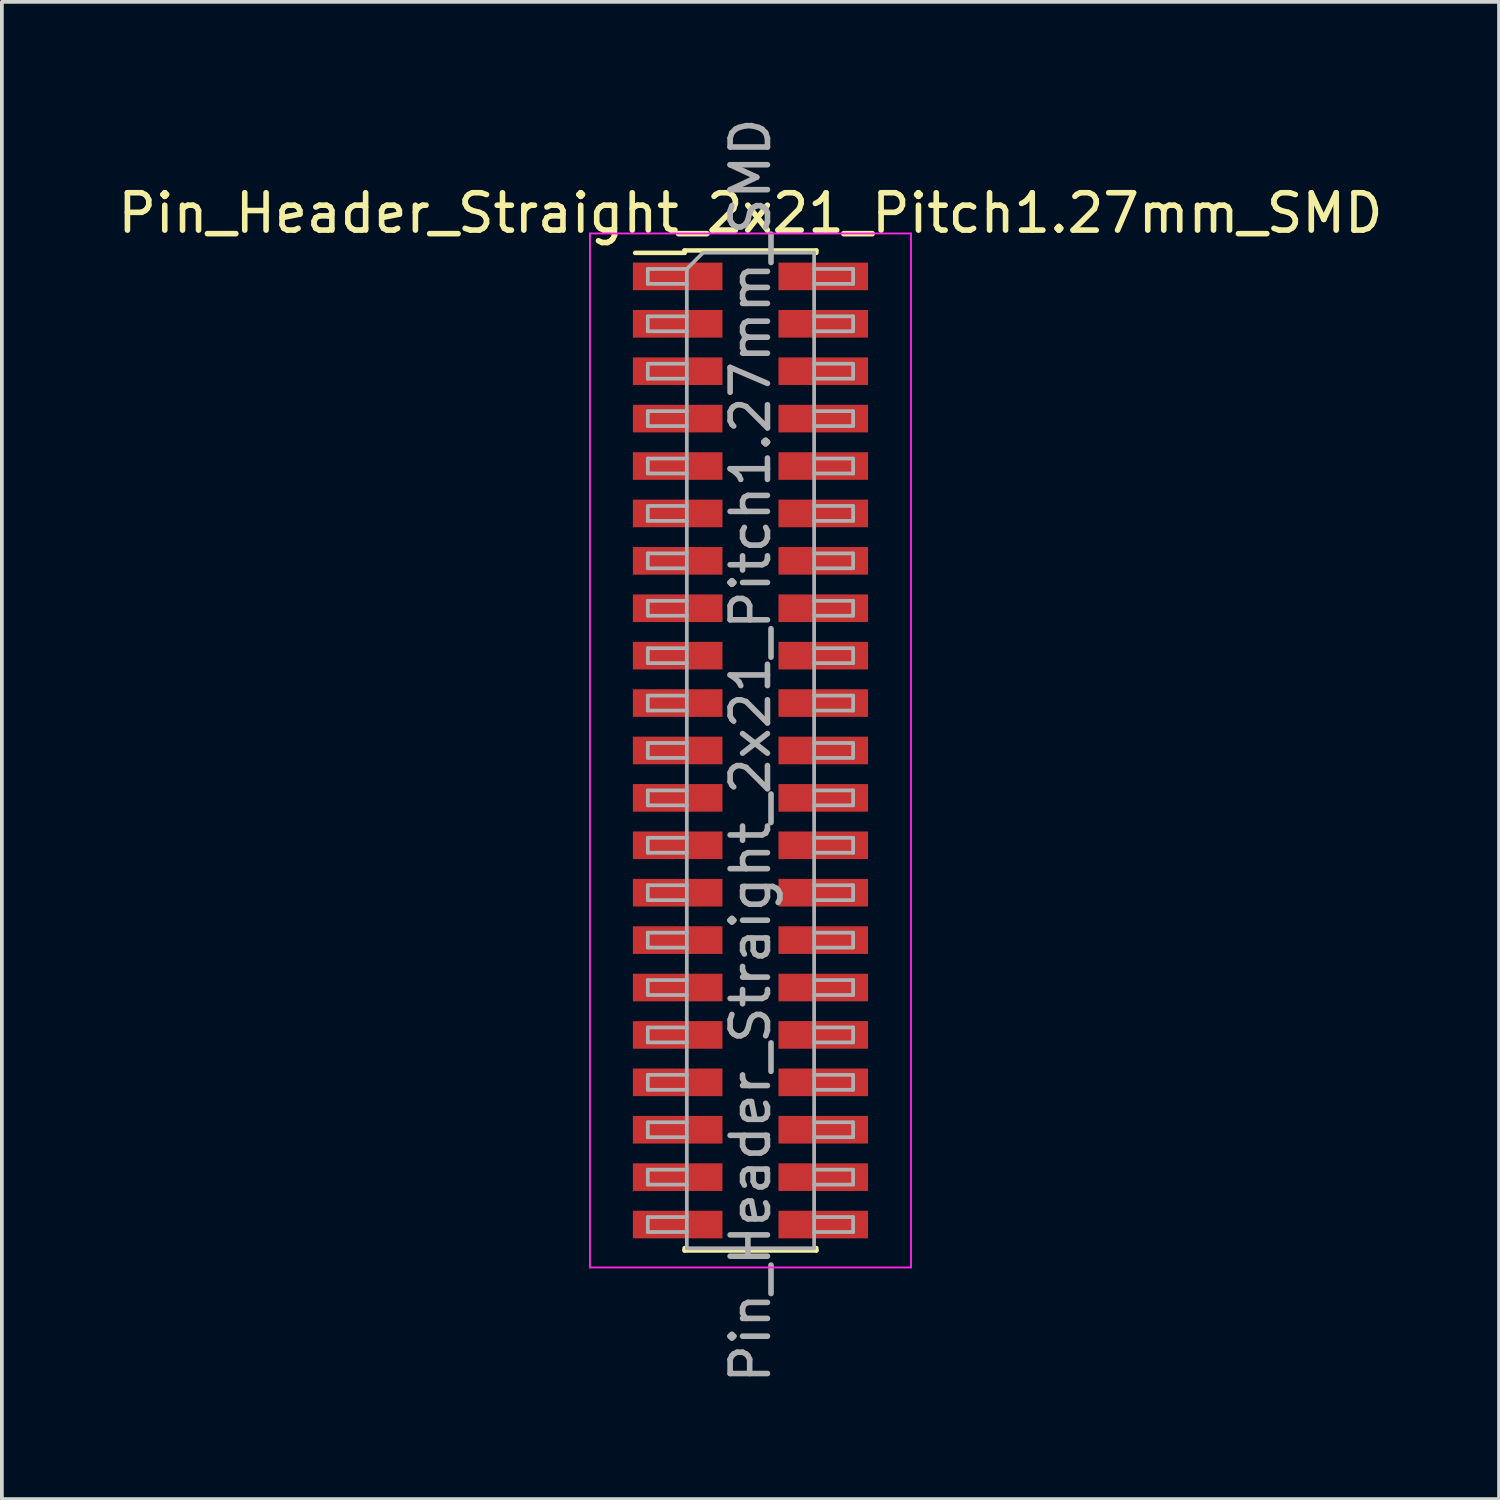
<source format=kicad_pcb>
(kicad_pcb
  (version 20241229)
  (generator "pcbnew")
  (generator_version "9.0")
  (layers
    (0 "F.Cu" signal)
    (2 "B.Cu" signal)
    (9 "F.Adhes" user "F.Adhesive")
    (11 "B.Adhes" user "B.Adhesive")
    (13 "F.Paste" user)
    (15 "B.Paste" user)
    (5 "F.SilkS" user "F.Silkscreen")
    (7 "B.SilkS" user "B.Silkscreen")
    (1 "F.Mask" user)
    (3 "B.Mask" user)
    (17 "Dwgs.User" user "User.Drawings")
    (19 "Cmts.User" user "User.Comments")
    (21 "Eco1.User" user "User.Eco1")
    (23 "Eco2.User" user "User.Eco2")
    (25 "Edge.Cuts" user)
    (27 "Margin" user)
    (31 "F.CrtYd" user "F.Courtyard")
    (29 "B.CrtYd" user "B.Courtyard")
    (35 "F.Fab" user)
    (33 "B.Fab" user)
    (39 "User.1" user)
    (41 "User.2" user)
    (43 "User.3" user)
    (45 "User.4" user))
  (footprint "Pin_Header_Straight_2x21_Pitch1.27mm_SMD"
    (layer "F.Cu")
    (at 17.054 17.054)
    (property "Reference" "Pin_Header_Straight_2x21_Pitch1.27mm_SMD" (at 0 -14.395 0) (layer "F.SilkS") (effects (font (size 1 1) (thickness 0.15))))
    (attr smd)
    (fp_line (start -3.09 -13.33) (end -1.765 -13.33) (stroke (width 0.12) (type solid)) (layer "F.SilkS"))
    (fp_line (start -1.765 -13.395) (end -1.765 -13.33) (stroke (width 0.12) (type solid)) (layer "F.SilkS"))
    (fp_line (start -1.765 -13.395) (end 1.765 -13.395) (stroke (width 0.12) (type solid)) (layer "F.SilkS"))
    (fp_line (start -1.765 13.33) (end -1.765 13.395) (stroke (width 0.12) (type solid)) (layer "F.SilkS"))
    (fp_line (start -1.765 13.395) (end 1.765 13.395) (stroke (width 0.12) (type solid)) (layer "F.SilkS"))
    (fp_line (start 1.765 -13.395) (end 1.765 -13.33) (stroke (width 0.12) (type solid)) (layer "F.SilkS"))
    (fp_line (start 1.765 13.33) (end 1.765 13.395) (stroke (width 0.12) (type solid)) (layer "F.SilkS"))
    (fp_line (start -4.3 -13.85) (end -4.3 13.85) (stroke (width 0.05) (type solid)) (layer "F.CrtYd"))
    (fp_line (start -4.3 13.85) (end 4.3 13.85) (stroke (width 0.05) (type solid)) (layer "F.CrtYd"))
    (fp_line (start 4.3 -13.85) (end -4.3 -13.85) (stroke (width 0.05) (type solid)) (layer "F.CrtYd"))
    (fp_line (start 4.3 13.85) (end 4.3 -13.85) (stroke (width 0.05) (type solid)) (layer "F.CrtYd"))
    (fp_line (start -2.75 -12.9) (end -2.75 -12.5) (stroke (width 0.1) (type solid)) (layer "F.Fab"))
    (fp_line (start -2.75 -12.5) (end -1.705 -12.5) (stroke (width 0.1) (type solid)) (layer "F.Fab"))
    (fp_line (start -2.75 -11.63) (end -2.75 -11.23) (stroke (width 0.1) (type solid)) (layer "F.Fab"))
    (fp_line (start -2.75 -11.23) (end -1.705 -11.23) (stroke (width 0.1) (type solid)) (layer "F.Fab"))
    (fp_line (start -2.75 -10.36) (end -2.75 -9.96) (stroke (width 0.1) (type solid)) (layer "F.Fab"))
    (fp_line (start -2.75 -9.96) (end -1.705 -9.96) (stroke (width 0.1) (type solid)) (layer "F.Fab"))
    (fp_line (start -2.75 -9.09) (end -2.75 -8.69) (stroke (width 0.1) (type solid)) (layer "F.Fab"))
    (fp_line (start -2.75 -8.69) (end -1.705 -8.69) (stroke (width 0.1) (type solid)) (layer "F.Fab"))
    (fp_line (start -2.75 -7.82) (end -2.75 -7.42) (stroke (width 0.1) (type solid)) (layer "F.Fab"))
    (fp_line (start -2.75 -7.42) (end -1.705 -7.42) (stroke (width 0.1) (type solid)) (layer "F.Fab"))
    (fp_line (start -2.75 -6.55) (end -2.75 -6.15) (stroke (width 0.1) (type solid)) (layer "F.Fab"))
    (fp_line (start -2.75 -6.15) (end -1.705 -6.15) (stroke (width 0.1) (type solid)) (layer "F.Fab"))
    (fp_line (start -2.75 -5.28) (end -2.75 -4.88) (stroke (width 0.1) (type solid)) (layer "F.Fab"))
    (fp_line (start -2.75 -4.88) (end -1.705 -4.88) (stroke (width 0.1) (type solid)) (layer "F.Fab"))
    (fp_line (start -2.75 -4.01) (end -2.75 -3.61) (stroke (width 0.1) (type solid)) (layer "F.Fab"))
    (fp_line (start -2.75 -3.61) (end -1.705 -3.61) (stroke (width 0.1) (type solid)) (layer "F.Fab"))
    (fp_line (start -2.75 -2.74) (end -2.75 -2.34) (stroke (width 0.1) (type solid)) (layer "F.Fab"))
    (fp_line (start -2.75 -2.34) (end -1.705 -2.34) (stroke (width 0.1) (type solid)) (layer "F.Fab"))
    (fp_line (start -2.75 -1.47) (end -2.75 -1.07) (stroke (width 0.1) (type solid)) (layer "F.Fab"))
    (fp_line (start -2.75 -1.07) (end -1.705 -1.07) (stroke (width 0.1) (type solid)) (layer "F.Fab"))
    (fp_line (start -2.75 -0.2) (end -2.75 0.2) (stroke (width 0.1) (type solid)) (layer "F.Fab"))
    (fp_line (start -2.75 0.2) (end -1.705 0.2) (stroke (width 0.1) (type solid)) (layer "F.Fab"))
    (fp_line (start -2.75 1.07) (end -2.75 1.47) (stroke (width 0.1) (type solid)) (layer "F.Fab"))
    (fp_line (start -2.75 1.47) (end -1.705 1.47) (stroke (width 0.1) (type solid)) (layer "F.Fab"))
    (fp_line (start -2.75 2.34) (end -2.75 2.74) (stroke (width 0.1) (type solid)) (layer "F.Fab"))
    (fp_line (start -2.75 2.74) (end -1.705 2.74) (stroke (width 0.1) (type solid)) (layer "F.Fab"))
    (fp_line (start -2.75 3.61) (end -2.75 4.01) (stroke (width 0.1) (type solid)) (layer "F.Fab"))
    (fp_line (start -2.75 4.01) (end -1.705 4.01) (stroke (width 0.1) (type solid)) (layer "F.Fab"))
    (fp_line (start -2.75 4.88) (end -2.75 5.28) (stroke (width 0.1) (type solid)) (layer "F.Fab"))
    (fp_line (start -2.75 5.28) (end -1.705 5.28) (stroke (width 0.1) (type solid)) (layer "F.Fab"))
    (fp_line (start -2.75 6.15) (end -2.75 6.55) (stroke (width 0.1) (type solid)) (layer "F.Fab"))
    (fp_line (start -2.75 6.55) (end -1.705 6.55) (stroke (width 0.1) (type solid)) (layer "F.Fab"))
    (fp_line (start -2.75 7.42) (end -2.75 7.82) (stroke (width 0.1) (type solid)) (layer "F.Fab"))
    (fp_line (start -2.75 7.82) (end -1.705 7.82) (stroke (width 0.1) (type solid)) (layer "F.Fab"))
    (fp_line (start -2.75 8.69) (end -2.75 9.09) (stroke (width 0.1) (type solid)) (layer "F.Fab"))
    (fp_line (start -2.75 9.09) (end -1.705 9.09) (stroke (width 0.1) (type solid)) (layer "F.Fab"))
    (fp_line (start -2.75 9.96) (end -2.75 10.36) (stroke (width 0.1) (type solid)) (layer "F.Fab"))
    (fp_line (start -2.75 10.36) (end -1.705 10.36) (stroke (width 0.1) (type solid)) (layer "F.Fab"))
    (fp_line (start -2.75 11.23) (end -2.75 11.63) (stroke (width 0.1) (type solid)) (layer "F.Fab"))
    (fp_line (start -2.75 11.63) (end -1.705 11.63) (stroke (width 0.1) (type solid)) (layer "F.Fab"))
    (fp_line (start -2.75 12.5) (end -2.75 12.9) (stroke (width 0.1) (type solid)) (layer "F.Fab"))
    (fp_line (start -2.75 12.9) (end -1.705 12.9) (stroke (width 0.1) (type solid)) (layer "F.Fab"))
    (fp_line (start -1.705 -12.9) (end -2.75 -12.9) (stroke (width 0.1) (type solid)) (layer "F.Fab"))
    (fp_line (start -1.705 -12.9) (end -1.27 -13.335) (stroke (width 0.1) (type solid)) (layer "F.Fab"))
    (fp_line (start -1.705 -11.63) (end -2.75 -11.63) (stroke (width 0.1) (type solid)) (layer "F.Fab"))
    (fp_line (start -1.705 -10.36) (end -2.75 -10.36) (stroke (width 0.1) (type solid)) (layer "F.Fab"))
    (fp_line (start -1.705 -9.09) (end -2.75 -9.09) (stroke (width 0.1) (type solid)) (layer "F.Fab"))
    (fp_line (start -1.705 -7.82) (end -2.75 -7.82) (stroke (width 0.1) (type solid)) (layer "F.Fab"))
    (fp_line (start -1.705 -6.55) (end -2.75 -6.55) (stroke (width 0.1) (type solid)) (layer "F.Fab"))
    (fp_line (start -1.705 -5.28) (end -2.75 -5.28) (stroke (width 0.1) (type solid)) (layer "F.Fab"))
    (fp_line (start -1.705 -4.01) (end -2.75 -4.01) (stroke (width 0.1) (type solid)) (layer "F.Fab"))
    (fp_line (start -1.705 -2.74) (end -2.75 -2.74) (stroke (width 0.1) (type solid)) (layer "F.Fab"))
    (fp_line (start -1.705 -1.47) (end -2.75 -1.47) (stroke (width 0.1) (type solid)) (layer "F.Fab"))
    (fp_line (start -1.705 -0.2) (end -2.75 -0.2) (stroke (width 0.1) (type solid)) (layer "F.Fab"))
    (fp_line (start -1.705 1.07) (end -2.75 1.07) (stroke (width 0.1) (type solid)) (layer "F.Fab"))
    (fp_line (start -1.705 2.34) (end -2.75 2.34) (stroke (width 0.1) (type solid)) (layer "F.Fab"))
    (fp_line (start -1.705 3.61) (end -2.75 3.61) (stroke (width 0.1) (type solid)) (layer "F.Fab"))
    (fp_line (start -1.705 4.88) (end -2.75 4.88) (stroke (width 0.1) (type solid)) (layer "F.Fab"))
    (fp_line (start -1.705 6.15) (end -2.75 6.15) (stroke (width 0.1) (type solid)) (layer "F.Fab"))
    (fp_line (start -1.705 7.42) (end -2.75 7.42) (stroke (width 0.1) (type solid)) (layer "F.Fab"))
    (fp_line (start -1.705 8.69) (end -2.75 8.69) (stroke (width 0.1) (type solid)) (layer "F.Fab"))
    (fp_line (start -1.705 9.96) (end -2.75 9.96) (stroke (width 0.1) (type solid)) (layer "F.Fab"))
    (fp_line (start -1.705 11.23) (end -2.75 11.23) (stroke (width 0.1) (type solid)) (layer "F.Fab"))
    (fp_line (start -1.705 12.5) (end -2.75 12.5) (stroke (width 0.1) (type solid)) (layer "F.Fab"))
    (fp_line (start -1.705 13.335) (end -1.705 -12.9) (stroke (width 0.1) (type solid)) (layer "F.Fab"))
    (fp_line (start -1.27 -13.335) (end 1.705 -13.335) (stroke (width 0.1) (type solid)) (layer "F.Fab"))
    (fp_line (start 1.705 -13.335) (end 1.705 13.335) (stroke (width 0.1) (type solid)) (layer "F.Fab"))
    (fp_line (start 1.705 -12.9) (end 2.75 -12.9) (stroke (width 0.1) (type solid)) (layer "F.Fab"))
    (fp_line (start 1.705 -11.63) (end 2.75 -11.63) (stroke (width 0.1) (type solid)) (layer "F.Fab"))
    (fp_line (start 1.705 -10.36) (end 2.75 -10.36) (stroke (width 0.1) (type solid)) (layer "F.Fab"))
    (fp_line (start 1.705 -9.09) (end 2.75 -9.09) (stroke (width 0.1) (type solid)) (layer "F.Fab"))
    (fp_line (start 1.705 -7.82) (end 2.75 -7.82) (stroke (width 0.1) (type solid)) (layer "F.Fab"))
    (fp_line (start 1.705 -6.55) (end 2.75 -6.55) (stroke (width 0.1) (type solid)) (layer "F.Fab"))
    (fp_line (start 1.705 -5.28) (end 2.75 -5.28) (stroke (width 0.1) (type solid)) (layer "F.Fab"))
    (fp_line (start 1.705 -4.01) (end 2.75 -4.01) (stroke (width 0.1) (type solid)) (layer "F.Fab"))
    (fp_line (start 1.705 -2.74) (end 2.75 -2.74) (stroke (width 0.1) (type solid)) (layer "F.Fab"))
    (fp_line (start 1.705 -1.47) (end 2.75 -1.47) (stroke (width 0.1) (type solid)) (layer "F.Fab"))
    (fp_line (start 1.705 -0.2) (end 2.75 -0.2) (stroke (width 0.1) (type solid)) (layer "F.Fab"))
    (fp_line (start 1.705 1.07) (end 2.75 1.07) (stroke (width 0.1) (type solid)) (layer "F.Fab"))
    (fp_line (start 1.705 2.34) (end 2.75 2.34) (stroke (width 0.1) (type solid)) (layer "F.Fab"))
    (fp_line (start 1.705 3.61) (end 2.75 3.61) (stroke (width 0.1) (type solid)) (layer "F.Fab"))
    (fp_line (start 1.705 4.88) (end 2.75 4.88) (stroke (width 0.1) (type solid)) (layer "F.Fab"))
    (fp_line (start 1.705 6.15) (end 2.75 6.15) (stroke (width 0.1) (type solid)) (layer "F.Fab"))
    (fp_line (start 1.705 7.42) (end 2.75 7.42) (stroke (width 0.1) (type solid)) (layer "F.Fab"))
    (fp_line (start 1.705 8.69) (end 2.75 8.69) (stroke (width 0.1) (type solid)) (layer "F.Fab"))
    (fp_line (start 1.705 9.96) (end 2.75 9.96) (stroke (width 0.1) (type solid)) (layer "F.Fab"))
    (fp_line (start 1.705 11.23) (end 2.75 11.23) (stroke (width 0.1) (type solid)) (layer "F.Fab"))
    (fp_line (start 1.705 12.5) (end 2.75 12.5) (stroke (width 0.1) (type solid)) (layer "F.Fab"))
    (fp_line (start 1.705 13.335) (end -1.705 13.335) (stroke (width 0.1) (type solid)) (layer "F.Fab"))
    (fp_line (start 2.75 -12.9) (end 2.75 -12.5) (stroke (width 0.1) (type solid)) (layer "F.Fab"))
    (fp_line (start 2.75 -12.5) (end 1.705 -12.5) (stroke (width 0.1) (type solid)) (layer "F.Fab"))
    (fp_line (start 2.75 -11.63) (end 2.75 -11.23) (stroke (width 0.1) (type solid)) (layer "F.Fab"))
    (fp_line (start 2.75 -11.23) (end 1.705 -11.23) (stroke (width 0.1) (type solid)) (layer "F.Fab"))
    (fp_line (start 2.75 -10.36) (end 2.75 -9.96) (stroke (width 0.1) (type solid)) (layer "F.Fab"))
    (fp_line (start 2.75 -9.96) (end 1.705 -9.96) (stroke (width 0.1) (type solid)) (layer "F.Fab"))
    (fp_line (start 2.75 -9.09) (end 2.75 -8.69) (stroke (width 0.1) (type solid)) (layer "F.Fab"))
    (fp_line (start 2.75 -8.69) (end 1.705 -8.69) (stroke (width 0.1) (type solid)) (layer "F.Fab"))
    (fp_line (start 2.75 -7.82) (end 2.75 -7.42) (stroke (width 0.1) (type solid)) (layer "F.Fab"))
    (fp_line (start 2.75 -7.42) (end 1.705 -7.42) (stroke (width 0.1) (type solid)) (layer "F.Fab"))
    (fp_line (start 2.75 -6.55) (end 2.75 -6.15) (stroke (width 0.1) (type solid)) (layer "F.Fab"))
    (fp_line (start 2.75 -6.15) (end 1.705 -6.15) (stroke (width 0.1) (type solid)) (layer "F.Fab"))
    (fp_line (start 2.75 -5.28) (end 2.75 -4.88) (stroke (width 0.1) (type solid)) (layer "F.Fab"))
    (fp_line (start 2.75 -4.88) (end 1.705 -4.88) (stroke (width 0.1) (type solid)) (layer "F.Fab"))
    (fp_line (start 2.75 -4.01) (end 2.75 -3.61) (stroke (width 0.1) (type solid)) (layer "F.Fab"))
    (fp_line (start 2.75 -3.61) (end 1.705 -3.61) (stroke (width 0.1) (type solid)) (layer "F.Fab"))
    (fp_line (start 2.75 -2.74) (end 2.75 -2.34) (stroke (width 0.1) (type solid)) (layer "F.Fab"))
    (fp_line (start 2.75 -2.34) (end 1.705 -2.34) (stroke (width 0.1) (type solid)) (layer "F.Fab"))
    (fp_line (start 2.75 -1.47) (end 2.75 -1.07) (stroke (width 0.1) (type solid)) (layer "F.Fab"))
    (fp_line (start 2.75 -1.07) (end 1.705 -1.07) (stroke (width 0.1) (type solid)) (layer "F.Fab"))
    (fp_line (start 2.75 -0.2) (end 2.75 0.2) (stroke (width 0.1) (type solid)) (layer "F.Fab"))
    (fp_line (start 2.75 0.2) (end 1.705 0.2) (stroke (width 0.1) (type solid)) (layer "F.Fab"))
    (fp_line (start 2.75 1.07) (end 2.75 1.47) (stroke (width 0.1) (type solid)) (layer "F.Fab"))
    (fp_line (start 2.75 1.47) (end 1.705 1.47) (stroke (width 0.1) (type solid)) (layer "F.Fab"))
    (fp_line (start 2.75 2.34) (end 2.75 2.74) (stroke (width 0.1) (type solid)) (layer "F.Fab"))
    (fp_line (start 2.75 2.74) (end 1.705 2.74) (stroke (width 0.1) (type solid)) (layer "F.Fab"))
    (fp_line (start 2.75 3.61) (end 2.75 4.01) (stroke (width 0.1) (type solid)) (layer "F.Fab"))
    (fp_line (start 2.75 4.01) (end 1.705 4.01) (stroke (width 0.1) (type solid)) (layer "F.Fab"))
    (fp_line (start 2.75 4.88) (end 2.75 5.28) (stroke (width 0.1) (type solid)) (layer "F.Fab"))
    (fp_line (start 2.75 5.28) (end 1.705 5.28) (stroke (width 0.1) (type solid)) (layer "F.Fab"))
    (fp_line (start 2.75 6.15) (end 2.75 6.55) (stroke (width 0.1) (type solid)) (layer "F.Fab"))
    (fp_line (start 2.75 6.55) (end 1.705 6.55) (stroke (width 0.1) (type solid)) (layer "F.Fab"))
    (fp_line (start 2.75 7.42) (end 2.75 7.82) (stroke (width 0.1) (type solid)) (layer "F.Fab"))
    (fp_line (start 2.75 7.82) (end 1.705 7.82) (stroke (width 0.1) (type solid)) (layer "F.Fab"))
    (fp_line (start 2.75 8.69) (end 2.75 9.09) (stroke (width 0.1) (type solid)) (layer "F.Fab"))
    (fp_line (start 2.75 9.09) (end 1.705 9.09) (stroke (width 0.1) (type solid)) (layer "F.Fab"))
    (fp_line (start 2.75 9.96) (end 2.75 10.36) (stroke (width 0.1) (type solid)) (layer "F.Fab"))
    (fp_line (start 2.75 10.36) (end 1.705 10.36) (stroke (width 0.1) (type solid)) (layer "F.Fab"))
    (fp_line (start 2.75 11.23) (end 2.75 11.63) (stroke (width 0.1) (type solid)) (layer "F.Fab"))
    (fp_line (start 2.75 11.63) (end 1.705 11.63) (stroke (width 0.1) (type solid)) (layer "F.Fab"))
    (fp_line (start 2.75 12.5) (end 2.75 12.9) (stroke (width 0.1) (type solid)) (layer "F.Fab"))
    (fp_line (start 2.75 12.9) (end 1.705 12.9) (stroke (width 0.1) (type solid)) (layer "F.Fab"))
    (fp_text user "${REFERENCE}" (at 0 0 90) (layer "F.Fab") (effects (font (size 1 1) (thickness 0.15))))
    (pad "1" smd rect (at -1.95 -12.7) (size 2.4 0.74) (layers "F.Cu" "F.Mask" "F.Paste"))
    (pad "2" smd rect (at 1.95 -12.7) (size 2.4 0.74) (layers "F.Cu" "F.Mask" "F.Paste"))
    (pad "3" smd rect (at -1.95 -11.43) (size 2.4 0.74) (layers "F.Cu" "F.Mask" "F.Paste"))
    (pad "4" smd rect (at 1.95 -11.43) (size 2.4 0.74) (layers "F.Cu" "F.Mask" "F.Paste"))
    (pad "5" smd rect (at -1.95 -10.16) (size 2.4 0.74) (layers "F.Cu" "F.Mask" "F.Paste"))
    (pad "6" smd rect (at 1.95 -10.16) (size 2.4 0.74) (layers "F.Cu" "F.Mask" "F.Paste"))
    (pad "7" smd rect (at -1.95 -8.89) (size 2.4 0.74) (layers "F.Cu" "F.Mask" "F.Paste"))
    (pad "8" smd rect (at 1.95 -8.89) (size 2.4 0.74) (layers "F.Cu" "F.Mask" "F.Paste"))
    (pad "9" smd rect (at -1.95 -7.62) (size 2.4 0.74) (layers "F.Cu" "F.Mask" "F.Paste"))
    (pad "10" smd rect (at 1.95 -7.62) (size 2.4 0.74) (layers "F.Cu" "F.Mask" "F.Paste"))
    (pad "11" smd rect (at -1.95 -6.35) (size 2.4 0.74) (layers "F.Cu" "F.Mask" "F.Paste"))
    (pad "12" smd rect (at 1.95 -6.35) (size 2.4 0.74) (layers "F.Cu" "F.Mask" "F.Paste"))
    (pad "13" smd rect (at -1.95 -5.08) (size 2.4 0.74) (layers "F.Cu" "F.Mask" "F.Paste"))
    (pad "14" smd rect (at 1.95 -5.08) (size 2.4 0.74) (layers "F.Cu" "F.Mask" "F.Paste"))
    (pad "15" smd rect (at -1.95 -3.81) (size 2.4 0.74) (layers "F.Cu" "F.Mask" "F.Paste"))
    (pad "16" smd rect (at 1.95 -3.81) (size 2.4 0.74) (layers "F.Cu" "F.Mask" "F.Paste"))
    (pad "17" smd rect (at -1.95 -2.54) (size 2.4 0.74) (layers "F.Cu" "F.Mask" "F.Paste"))
    (pad "18" smd rect (at 1.95 -2.54) (size 2.4 0.74) (layers "F.Cu" "F.Mask" "F.Paste"))
    (pad "19" smd rect (at -1.95 -1.27) (size 2.4 0.74) (layers "F.Cu" "F.Mask" "F.Paste"))
    (pad "20" smd rect (at 1.95 -1.27) (size 2.4 0.74) (layers "F.Cu" "F.Mask" "F.Paste"))
    (pad "21" smd rect (at -1.95 0) (size 2.4 0.74) (layers "F.Cu" "F.Mask" "F.Paste"))
    (pad "22" smd rect (at 1.95 0) (size 2.4 0.74) (layers "F.Cu" "F.Mask" "F.Paste"))
    (pad "23" smd rect (at -1.95 1.27) (size 2.4 0.74) (layers "F.Cu" "F.Mask" "F.Paste"))
    (pad "24" smd rect (at 1.95 1.27) (size 2.4 0.74) (layers "F.Cu" "F.Mask" "F.Paste"))
    (pad "25" smd rect (at -1.95 2.54) (size 2.4 0.74) (layers "F.Cu" "F.Mask" "F.Paste"))
    (pad "26" smd rect (at 1.95 2.54) (size 2.4 0.74) (layers "F.Cu" "F.Mask" "F.Paste"))
    (pad "27" smd rect (at -1.95 3.81) (size 2.4 0.74) (layers "F.Cu" "F.Mask" "F.Paste"))
    (pad "28" smd rect (at 1.95 3.81) (size 2.4 0.74) (layers "F.Cu" "F.Mask" "F.Paste"))
    (pad "29" smd rect (at -1.95 5.08) (size 2.4 0.74) (layers "F.Cu" "F.Mask" "F.Paste"))
    (pad "30" smd rect (at 1.95 5.08) (size 2.4 0.74) (layers "F.Cu" "F.Mask" "F.Paste"))
    (pad "31" smd rect (at -1.95 6.35) (size 2.4 0.74) (layers "F.Cu" "F.Mask" "F.Paste"))
    (pad "32" smd rect (at 1.95 6.35) (size 2.4 0.74) (layers "F.Cu" "F.Mask" "F.Paste"))
    (pad "33" smd rect (at -1.95 7.62) (size 2.4 0.74) (layers "F.Cu" "F.Mask" "F.Paste"))
    (pad "34" smd rect (at 1.95 7.62) (size 2.4 0.74) (layers "F.Cu" "F.Mask" "F.Paste"))
    (pad "35" smd rect (at -1.95 8.89) (size 2.4 0.74) (layers "F.Cu" "F.Mask" "F.Paste"))
    (pad "36" smd rect (at 1.95 8.89) (size 2.4 0.74) (layers "F.Cu" "F.Mask" "F.Paste"))
    (pad "37" smd rect (at -1.95 10.16) (size 2.4 0.74) (layers "F.Cu" "F.Mask" "F.Paste"))
    (pad "38" smd rect (at 1.95 10.16) (size 2.4 0.74) (layers "F.Cu" "F.Mask" "F.Paste"))
    (pad "39" smd rect (at -1.95 11.43) (size 2.4 0.74) (layers "F.Cu" "F.Mask" "F.Paste"))
    (pad "40" smd rect (at 1.95 11.43) (size 2.4 0.74) (layers "F.Cu" "F.Mask" "F.Paste"))
    (pad "41" smd rect (at -1.95 12.7) (size 2.4 0.74) (layers "F.Cu" "F.Mask" "F.Paste"))
    (pad "42" smd rect (at 1.95 12.7) (size 2.4 0.74) (layers "F.Cu" "F.Mask" "F.Paste")))
  (gr_rect
    (start -3 -3)
    (end 37.107 37.107)
    (stroke (width 0.1) (type default))
    (fill no)
    (layer "Edge.Cuts")))
</source>
